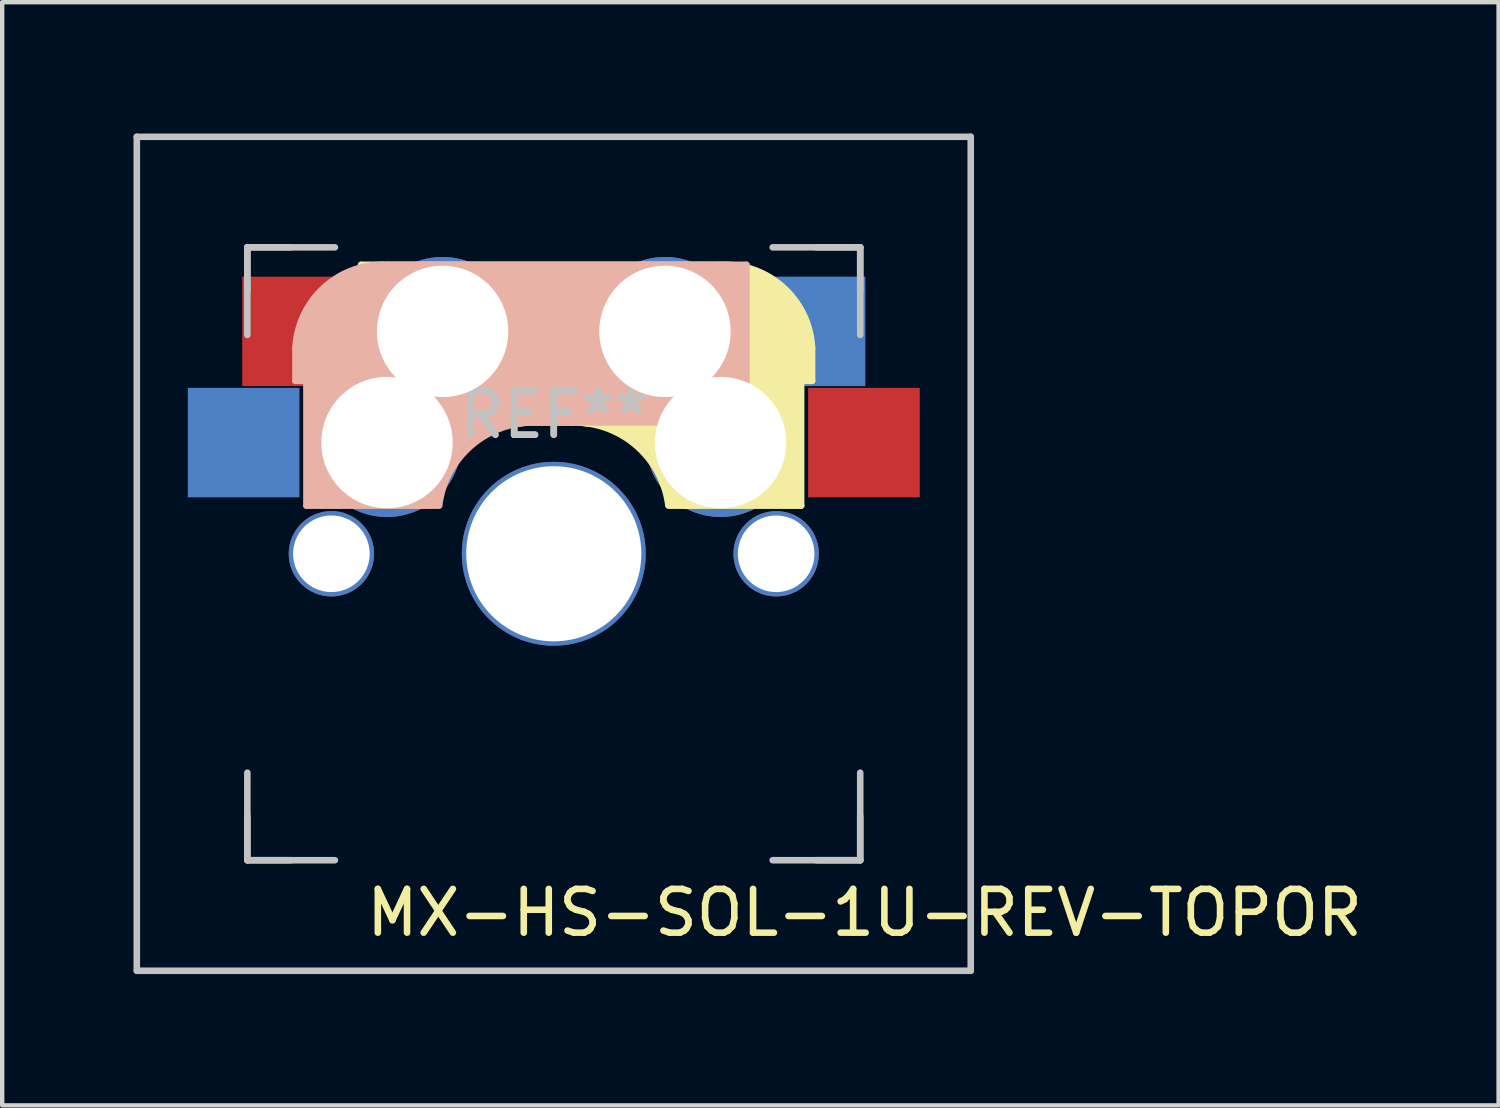
<source format=kicad_pcb>
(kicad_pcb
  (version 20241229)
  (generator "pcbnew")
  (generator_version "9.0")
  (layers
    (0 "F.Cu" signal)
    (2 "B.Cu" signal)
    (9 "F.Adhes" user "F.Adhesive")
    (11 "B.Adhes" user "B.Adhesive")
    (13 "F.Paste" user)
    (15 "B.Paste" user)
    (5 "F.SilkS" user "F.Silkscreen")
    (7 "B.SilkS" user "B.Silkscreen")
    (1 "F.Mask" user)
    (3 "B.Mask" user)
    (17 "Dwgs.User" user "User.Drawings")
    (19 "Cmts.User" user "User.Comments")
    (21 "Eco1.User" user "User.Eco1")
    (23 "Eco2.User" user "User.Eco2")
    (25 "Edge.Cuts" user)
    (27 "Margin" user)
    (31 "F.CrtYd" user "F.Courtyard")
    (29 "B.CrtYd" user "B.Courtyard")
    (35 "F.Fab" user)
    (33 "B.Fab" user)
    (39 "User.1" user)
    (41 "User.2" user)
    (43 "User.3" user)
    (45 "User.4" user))
  (footprint "MX-HS-SOL-1U-REV-TOPOR"
    (layer "F.Cu")
    (at 9.6 9.6)
    (property "Reference" "MX-HS-SOL-1U-REV-TOPOR" (at 7.1 8.2 0) (layer "F.SilkS") (effects (font (size 1 1) (thickness 0.15))))
    (attr through_hole)
    (fp_line (start -4.4 -6.6) (end 3.8 -6.6) (stroke (width 0.15) (type solid)) (layer "F.SilkS"))
    (fp_line (start -4.4 -3) (end -4.4 -6.6) (stroke (width 0.15) (type solid)) (layer "F.SilkS"))
    (fp_line (start -4.38 -4) (end -4.38 -6.25) (stroke (width 0.15) (type solid)) (layer "F.SilkS"))
    (fp_line (start -4.25 -6.4) (end -3 -6.4) (stroke (width 0.4) (type solid)) (layer "F.SilkS"))
    (fp_line (start -4.2 -3.25) (end -2.9 -3.3) (stroke (width 0.5) (type solid)) (layer "F.SilkS"))
    (fp_line (start -3.9 -6) (end -3.9 -3.5) (stroke (width 1) (type solid)) (layer "F.SilkS"))
    (fp_line (start -2.6 -4.8) (end 4.1 -4.8) (stroke (width 3.5) (type solid)) (layer "F.SilkS"))
    (fp_line (start 0.4 -3) (end -4.4 -3) (stroke (width 0.15) (type solid)) (layer "F.SilkS"))
    (fp_line (start 4.17 -5.1) (end 4.17 -2.86) (stroke (width 3) (type solid)) (layer "F.SilkS"))
    (fp_line (start 5.3 -1.6) (end 5.3 -3.4) (stroke (width 0.8) (type solid)) (layer "F.SilkS"))
    (fp_line (start 5.45 -1.3) (end 3 -1.3) (stroke (width 0.5) (type solid)) (layer "F.SilkS"))
    (fp_line (start 5.65 -5.55) (end 5.65 -1.1) (stroke (width 0.15) (type solid)) (layer "F.SilkS"))
    (fp_line (start 5.65 -1.1) (end 2.62 -1.1) (stroke (width 0.15) (type solid)) (layer "F.SilkS"))
    (fp_line (start 5.8 -4.05) (end 5.8 -4.7) (stroke (width 0.3) (type solid)) (layer "F.SilkS"))
    (fp_line (start 5.9 -4.7) (end 5.9 -3.95) (stroke (width 0.15) (type solid)) (layer "F.SilkS"))
    (fp_line (start 5.9 -3.95) (end 5.7 -3.95) (stroke (width 0.15) (type solid)) (layer "F.SilkS"))
    (fp_arc (start 0.4 -3) (mid 1.868709 -2.486118) (end 2.616318 -1.121471) (stroke (width 0.15) (type solid)) (layer "F.SilkS"))
    (fp_arc (start 0.8 -3.4) (mid 2.268709 -2.886118) (end 3.016318 -1.521471) (stroke (width 1) (type solid)) (layer "F.SilkS"))
    (fp_arc (start 3.800001 -6.6) (mid 5.243504 -6.084924) (end 5.9 -4.699999) (stroke (width 0.15) (type solid)) (layer "F.SilkS"))
    (fp_line (start -5.9 -4.7) (end -5.9 -3.95) (stroke (width 0.15) (type solid)) (layer "B.SilkS"))
    (fp_line (start -5.9 -3.95) (end -5.7 -3.95) (stroke (width 0.15) (type solid)) (layer "B.SilkS"))
    (fp_line (start -5.8 -4.05) (end -5.8 -4.7) (stroke (width 0.3) (type solid)) (layer "B.SilkS"))
    (fp_line (start -5.65 -5.55) (end -5.65 -1.1) (stroke (width 0.15) (type solid)) (layer "B.SilkS"))
    (fp_line (start -5.65 -1.1) (end -2.62 -1.1) (stroke (width 0.15) (type solid)) (layer "B.SilkS"))
    (fp_line (start -5.45 -1.3) (end -3 -1.3) (stroke (width 0.5) (type solid)) (layer "B.SilkS"))
    (fp_line (start -5.3 -1.6) (end -5.3 -3.4) (stroke (width 0.8) (type solid)) (layer "B.SilkS"))
    (fp_line (start -4.17 -5.1) (end -4.17 -2.86) (stroke (width 3) (type solid)) (layer "B.SilkS"))
    (fp_line (start -0.4 -3) (end 4.4 -3) (stroke (width 0.15) (type solid)) (layer "B.SilkS"))
    (fp_line (start 2.6 -4.8) (end -4.1 -4.8) (stroke (width 3.5) (type solid)) (layer "B.SilkS"))
    (fp_line (start 3.9 -6) (end 3.9 -3.5) (stroke (width 1) (type solid)) (layer "B.SilkS"))
    (fp_line (start 4.2 -3.25) (end 2.9 -3.3) (stroke (width 0.5) (type solid)) (layer "B.SilkS"))
    (fp_line (start 4.25 -6.4) (end 3 -6.4) (stroke (width 0.4) (type solid)) (layer "B.SilkS"))
    (fp_line (start 4.38 -4) (end 4.38 -6.25) (stroke (width 0.15) (type solid)) (layer "B.SilkS"))
    (fp_line (start 4.4 -6.6) (end -3.8 -6.6) (stroke (width 0.15) (type solid)) (layer "B.SilkS"))
    (fp_line (start 4.4 -3) (end 4.4 -6.6) (stroke (width 0.15) (type solid)) (layer "B.SilkS"))
    (fp_arc (start -5.9 -4.699999) (mid -5.243504 -6.084924) (end -3.800001 -6.6) (stroke (width 0.15) (type solid)) (layer "B.SilkS"))
    (fp_arc (start -3.016318 -1.521471) (mid -2.268709 -2.886118) (end -0.8 -3.4) (stroke (width 1) (type solid)) (layer "B.SilkS"))
    (fp_arc (start -2.616318 -1.121471) (mid -1.868709 -2.486118) (end -0.4 -3) (stroke (width 0.15) (type solid)) (layer "B.SilkS"))
    (fp_line (start -9.525 -9.525) (end 9.525 -9.525) (stroke (width 0.15) (type solid)) (layer "Dwgs.User"))
    (fp_line (start -9.525 9.525) (end -9.525 -9.525) (stroke (width 0.15) (type solid)) (layer "Dwgs.User"))
    (fp_line (start -7 -7) (end -7 -5) (stroke (width 0.15) (type solid)) (layer "Dwgs.User"))
    (fp_line (start -7 -7) (end -6 -7) (stroke (width 0.15) (type solid)) (layer "Dwgs.User"))
    (fp_line (start -7 -6) (end -7 -7) (stroke (width 0.15) (type solid)) (layer "Dwgs.User"))
    (fp_line (start -7 6) (end -7 7) (stroke (width 0.15) (type solid)) (layer "Dwgs.User"))
    (fp_line (start -7 7) (end -7 5) (stroke (width 0.15) (type solid)) (layer "Dwgs.User"))
    (fp_line (start -7 7) (end -6 7) (stroke (width 0.15) (type solid)) (layer "Dwgs.User"))
    (fp_line (start -5 -7) (end -7 -7) (stroke (width 0.15) (type solid)) (layer "Dwgs.User"))
    (fp_line (start -5 7) (end -7 7) (stroke (width 0.15) (type solid)) (layer "Dwgs.User"))
    (fp_line (start 5 7) (end 7 7) (stroke (width 0.15) (type solid)) (layer "Dwgs.User"))
    (fp_line (start 6 7) (end 7 7) (stroke (width 0.15) (type solid)) (layer "Dwgs.User"))
    (fp_line (start 7 -7) (end 5 -7) (stroke (width 0.15) (type solid)) (layer "Dwgs.User"))
    (fp_line (start 7 -7) (end 6 -7) (stroke (width 0.15) (type solid)) (layer "Dwgs.User"))
    (fp_line (start 7 -7) (end 7 -6) (stroke (width 0.15) (type solid)) (layer "Dwgs.User"))
    (fp_line (start 7 -5) (end 7 -7) (stroke (width 0.15) (type solid)) (layer "Dwgs.User"))
    (fp_line (start 7 7) (end 7 5) (stroke (width 0.15) (type solid)) (layer "Dwgs.User"))
    (fp_line (start 7 7) (end 7 6) (stroke (width 0.15) (type solid)) (layer "Dwgs.User"))
    (fp_line (start 9.525 -9.525) (end 9.525 9.525) (stroke (width 0.15) (type solid)) (layer "Dwgs.User"))
    (fp_line (start 9.525 9.525) (end -9.525 9.525) (stroke (width 0.15) (type solid)) (layer "Dwgs.User"))
    (fp_text user "REF**" (at 0 -3.175 180) (layer "Dwgs.User") (effects (font (size 1 1) (thickness 0.15))))
    (fp_text user "REF**" (at 0 -3.175 180) (layer "Dwgs.User") (effects (font (size 1 1) (thickness 0.15))))
    (pad "" np_thru_hole circle (at -5.08 0) (size 1.95 1.95) (drill 1.75) (layers "*.Cu" "*.Mask"))
    (pad "" np_thru_hole circle (at 0 0 90) (size 4.2 4.2) (drill 4) (layers "*.Cu" "*.Mask"))
    (pad "" np_thru_hole circle (at 5.08 0 228.099) (size 1.95 1.95) (drill 1.75) (layers "*.Cu" "*.Mask"))
    (pad "1" smd rect (at -7.085 -2.54 180) (size 2.55 2.5) (layers "B.Cu" "B.Mask" "B.Paste"))
    (pad "1" smd rect (at -5.842 -5.08 180) (size 2.55 2.5) (layers "F.Cu" "F.Mask" "F.Paste"))
    (pad "1" thru_hole circle (at -3.81 -2.54) (size 3.4 3.4) (drill 3) (layers "*.Cu" "*.Mask"))
    (pad "1" thru_hole circle (at -2.54 -5.08) (size 3.4 3.4) (drill 3) (layers "*.Cu" "*.Mask"))
    (pad "2" thru_hole circle (at 2.54 -5.08) (size 3.4 3.4) (drill 3) (layers "*.Cu" "*.Mask"))
    (pad "2" thru_hole circle (at 3.81 -2.54) (size 3.4 3.4) (drill 3) (layers "*.Cu" "*.Mask"))
    (pad "2" smd rect (at 5.842 -5.08 180) (size 2.55 2.5) (layers "B.Cu" "B.Mask" "B.Paste"))
    (pad "2" smd rect (at 7.085 -2.54 180) (size 2.55 2.5) (layers "F.Cu" "F.Mask" "F.Paste")))
  (gr_rect
    (start -3 -3)
    (end 31.182 22.2)
    (stroke (width 0.1) (type default))
    (fill no)
    (layer "Edge.Cuts")))
</source>
